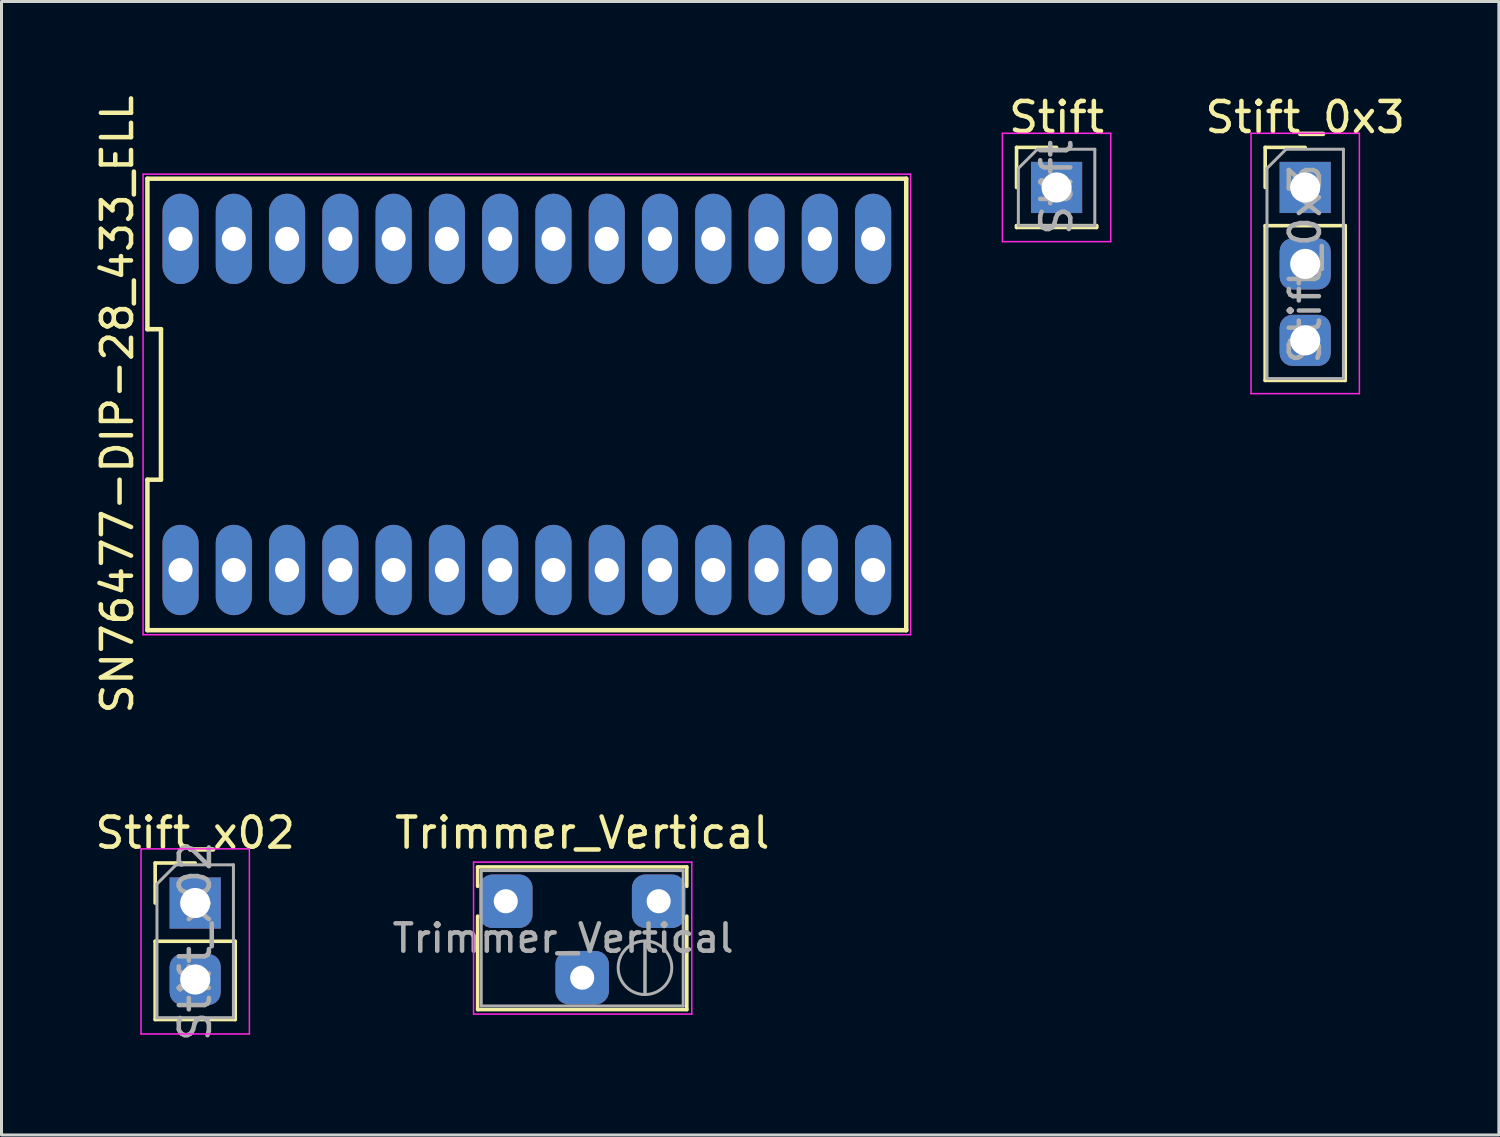
<source format=kicad_pcb>
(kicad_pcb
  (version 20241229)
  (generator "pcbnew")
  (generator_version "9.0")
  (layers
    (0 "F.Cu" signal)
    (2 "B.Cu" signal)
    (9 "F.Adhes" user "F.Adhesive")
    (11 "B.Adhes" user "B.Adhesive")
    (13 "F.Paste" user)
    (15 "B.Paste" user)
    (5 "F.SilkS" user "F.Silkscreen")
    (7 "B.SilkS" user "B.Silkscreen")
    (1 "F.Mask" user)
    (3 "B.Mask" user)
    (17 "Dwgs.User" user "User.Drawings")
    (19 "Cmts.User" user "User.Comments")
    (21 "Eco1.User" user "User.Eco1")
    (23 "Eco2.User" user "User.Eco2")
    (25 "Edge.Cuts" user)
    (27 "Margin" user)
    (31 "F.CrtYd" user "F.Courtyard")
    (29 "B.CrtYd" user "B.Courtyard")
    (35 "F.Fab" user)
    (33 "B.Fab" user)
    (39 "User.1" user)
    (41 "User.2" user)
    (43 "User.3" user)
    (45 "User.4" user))
  (footprint "SN76477-DIP-28_433_ELL"
    (layer "F.Cu")
    (at 14.453 10.387)
    (property "Reference" "SN76477-DIP-28_433_ELL" (at -13.605 0 90) (layer "F.SilkS") (effects (font (size 1 1) (thickness 0.15))))
    (attr through_hole)
    (fp_line (start -12.605 -7.5) (end -12.605 -2.5) (stroke (width 0.15) (type solid)) (layer "F.SilkS"))
    (fp_line (start -12.605 -2.5) (end -12.155 -2.5) (stroke (width 0.15) (type solid)) (layer "F.SilkS"))
    (fp_line (start -12.605 2.5) (end -12.605 7.5) (stroke (width 0.15) (type solid)) (layer "F.SilkS"))
    (fp_line (start -12.605 7.5) (end 12.605 7.5) (stroke (width 0.15) (type solid)) (layer "F.SilkS"))
    (fp_line (start -12.155 -2.5) (end -12.155 2.5) (stroke (width 0.15) (type solid)) (layer "F.SilkS"))
    (fp_line (start -12.155 2.5) (end -12.605 2.5) (stroke (width 0.15) (type solid)) (layer "F.SilkS"))
    (fp_line (start 12.605 -7.5) (end -12.605 -7.5) (stroke (width 0.15) (type solid)) (layer "F.SilkS"))
    (fp_line (start 12.605 7.5) (end 12.605 -7.5) (stroke (width 0.15) (type solid)) (layer "F.SilkS"))
    (fp_line (start -12.75 -7.65) (end 12.75 -7.65) (stroke (width 0.05) (type solid)) (layer "F.CrtYd"))
    (fp_line (start -12.75 7.65) (end -12.75 -7.65) (stroke (width 0.05) (type solid)) (layer "F.CrtYd"))
    (fp_line (start 12.75 -7.65) (end 12.75 7.65) (stroke (width 0.05) (type solid)) (layer "F.CrtYd"))
    (fp_line (start 12.75 7.65) (end -12.75 7.65) (stroke (width 0.05) (type solid)) (layer "F.CrtYd"))
    (pad "1" thru_hole oval (at -11.505 5.5) (size 1.2 3) (drill 0.8) (layers "*.Cu" "*.Mask"))
    (pad "2" thru_hole oval (at -9.735 5.5) (size 1.2 3) (drill 0.8) (layers "*.Cu" "*.Mask"))
    (pad "3" thru_hole oval (at -7.965 5.5) (size 1.2 3) (drill 0.8) (layers "*.Cu" "*.Mask"))
    (pad "4" thru_hole oval (at -6.195 5.5) (size 1.2 3) (drill 0.8) (layers "*.Cu" "*.Mask"))
    (pad "5" thru_hole oval (at -4.425 5.5) (size 1.2 3) (drill 0.8) (layers "*.Cu" "*.Mask"))
    (pad "6" thru_hole oval (at -2.655 5.5) (size 1.2 3) (drill 0.8) (layers "*.Cu" "*.Mask"))
    (pad "7" thru_hole oval (at -0.885 5.5) (size 1.2 3) (drill 0.8) (layers "*.Cu" "*.Mask"))
    (pad "8" thru_hole oval (at 0.885 5.5) (size 1.2 3) (drill 0.8) (layers "*.Cu" "*.Mask"))
    (pad "9" thru_hole oval (at 2.655 5.5) (size 1.2 3) (drill 0.8) (layers "*.Cu" "*.Mask"))
    (pad "10" thru_hole oval (at 4.425 5.5) (size 1.2 3) (drill 0.8) (layers "*.Cu" "*.Mask"))
    (pad "11" thru_hole oval (at 6.195 5.5) (size 1.2 3) (drill 0.8) (layers "*.Cu" "*.Mask"))
    (pad "12" thru_hole oval (at 7.965 5.5) (size 1.2 3) (drill 0.8) (layers "*.Cu" "*.Mask"))
    (pad "13" thru_hole oval (at 9.735 5.5) (size 1.2 3) (drill 0.8) (layers "*.Cu" "*.Mask"))
    (pad "14" thru_hole oval (at 11.505 5.5) (size 1.2 3) (drill 0.8) (layers "*.Cu" "*.Mask"))
    (pad "15" thru_hole oval (at 11.505 -5.5) (size 1.2 3) (drill 0.8) (layers "*.Cu" "*.Mask"))
    (pad "16" thru_hole oval (at 9.735 -5.5) (size 1.2 3) (drill 0.8) (layers "*.Cu" "*.Mask"))
    (pad "17" thru_hole oval (at 7.965 -5.5) (size 1.2 3) (drill 0.8) (layers "*.Cu" "*.Mask"))
    (pad "18" thru_hole oval (at 6.195 -5.5) (size 1.2 3) (drill 0.8) (layers "*.Cu" "*.Mask"))
    (pad "19" thru_hole oval (at 4.425 -5.5) (size 1.2 3) (drill 0.8) (layers "*.Cu" "*.Mask"))
    (pad "20" thru_hole oval (at 2.655 -5.5) (size 1.2 3) (drill 0.8) (layers "*.Cu" "*.Mask"))
    (pad "21" thru_hole oval (at 0.885 -5.5) (size 1.2 3) (drill 0.8) (layers "*.Cu" "*.Mask"))
    (pad "22" thru_hole oval (at -0.885 -5.5) (size 1.2 3) (drill 0.8) (layers "*.Cu" "*.Mask"))
    (pad "23" thru_hole oval (at -2.655 -5.5) (size 1.2 3) (drill 0.8) (layers "*.Cu" "*.Mask"))
    (pad "24" thru_hole oval (at -4.425 -5.5) (size 1.2 3) (drill 0.8) (layers "*.Cu" "*.Mask"))
    (pad "25" thru_hole oval (at -6.195 -5.5) (size 1.2 3) (drill 0.8) (layers "*.Cu" "*.Mask"))
    (pad "26" thru_hole oval (at -7.965 -5.5) (size 1.2 3) (drill 0.8) (layers "*.Cu" "*.Mask"))
    (pad "27" thru_hole oval (at -9.735 -5.5) (size 1.2 3) (drill 0.8) (layers "*.Cu" "*.Mask"))
    (pad "28" thru_hole oval (at -11.505 -5.5) (size 1.2 3) (drill 0.8) (layers "*.Cu" "*.Mask")))
  (footprint "Trimmer_Vertical"
    (layer "F.Cu")
    (at 18.833 26.892)
    (property "Reference" "Trimmer_Vertical" (at -2.54 -2.27 0) (layer "F.SilkS") (effects (font (size 1 1) (thickness 0.15))))
    (attr through_hole)
    (fp_line (start -6.015 -1.14) (end -6.015 -0.495) (stroke (width 0.12) (type solid)) (layer "F.SilkS"))
    (fp_line (start -6.015 -1.14) (end 0.935 -1.14) (stroke (width 0.12) (type solid)) (layer "F.SilkS"))
    (fp_line (start -6.015 0.495) (end -6.015 3.6) (stroke (width 0.12) (type solid)) (layer "F.SilkS"))
    (fp_line (start -6.015 3.6) (end 0.935 3.6) (stroke (width 0.12) (type solid)) (layer "F.SilkS"))
    (fp_line (start 0.935 -1.14) (end 0.935 -0.495) (stroke (width 0.12) (type solid)) (layer "F.SilkS"))
    (fp_line (start 0.935 0.495) (end 0.935 3.6) (stroke (width 0.12) (type solid)) (layer "F.SilkS"))
    (fp_line (start -6.15 -1.3) (end -6.15 3.75) (stroke (width 0.05) (type solid)) (layer "F.CrtYd"))
    (fp_line (start -6.15 3.75) (end 1.1 3.75) (stroke (width 0.05) (type solid)) (layer "F.CrtYd"))
    (fp_line (start 1.1 -1.3) (end -6.15 -1.3) (stroke (width 0.05) (type solid)) (layer "F.CrtYd"))
    (fp_line (start 1.1 3.75) (end 1.1 -1.3) (stroke (width 0.05) (type solid)) (layer "F.CrtYd"))
    (fp_line (start -5.895 -1.02) (end -5.895 3.48) (stroke (width 0.1) (type solid)) (layer "F.Fab"))
    (fp_line (start -5.895 3.48) (end 0.815 3.48) (stroke (width 0.1) (type solid)) (layer "F.Fab"))
    (fp_line (start -0.455 3.092) (end -0.454 1.329) (stroke (width 0.1) (type solid)) (layer "F.Fab"))
    (fp_line (start -0.455 3.092) (end -0.454 1.329) (stroke (width 0.1) (type solid)) (layer "F.Fab"))
    (fp_line (start 0.815 -1.02) (end -5.895 -1.02) (stroke (width 0.1) (type solid)) (layer "F.Fab"))
    (fp_line (start 0.815 3.48) (end 0.815 -1.02) (stroke (width 0.1) (type solid)) (layer "F.Fab"))
    (fp_circle (center -0.455 2.21) (end 0.435 2.21) (stroke (width 0.1) (type solid)) (fill no) (layer "F.Fab"))
    (fp_text user "${REFERENCE}" (at -3.175 1.23 0) (layer "F.Fab") (effects (font (size 0.91 0.91) (thickness 0.15))))
    (pad "1" thru_hole roundrect (at 0 0) (size 1.778 1.778) (drill 0.8) (layers "*.Cu" "*.Mask") (roundrect_rratio 0.25))
    (pad "2" thru_hole roundrect (at -2.54 2.54) (size 1.778 1.778) (drill 0.8) (layers "*.Cu" "*.Mask") (roundrect_rratio 0.25))
    (pad "3" thru_hole roundrect (at -5.08 0) (size 1.778 1.778) (drill 0.8) (layers "*.Cu" "*.Mask") (roundrect_rratio 0.25)))
  (footprint "Stift_x02"
    (layer "F.Cu")
    (at 3.435 26.952)
    (property "Reference" "Stift_x02" (at 0 -2.33 0) (layer "F.SilkS") (effects (font (size 1 1) (thickness 0.15))))
    (attr through_hole)
    (fp_line (start -1.33 -1.33) (end 0 -1.33) (stroke (width 0.12) (type solid)) (layer "F.SilkS"))
    (fp_line (start -1.33 0) (end -1.33 -1.33) (stroke (width 0.12) (type solid)) (layer "F.SilkS"))
    (fp_line (start -1.33 1.27) (end -1.33 3.87) (stroke (width 0.12) (type solid)) (layer "F.SilkS"))
    (fp_line (start -1.33 1.27) (end 1.33 1.27) (stroke (width 0.12) (type solid)) (layer "F.SilkS"))
    (fp_line (start -1.33 3.87) (end 1.33 3.87) (stroke (width 0.12) (type solid)) (layer "F.SilkS"))
    (fp_line (start 1.33 1.27) (end 1.33 3.87) (stroke (width 0.12) (type solid)) (layer "F.SilkS"))
    (fp_line (start -1.8 -1.8) (end -1.8 4.35) (stroke (width 0.05) (type solid)) (layer "F.CrtYd"))
    (fp_line (start -1.8 4.35) (end 1.8 4.35) (stroke (width 0.05) (type solid)) (layer "F.CrtYd"))
    (fp_line (start 1.8 -1.8) (end -1.8 -1.8) (stroke (width 0.05) (type solid)) (layer "F.CrtYd"))
    (fp_line (start 1.8 4.35) (end 1.8 -1.8) (stroke (width 0.05) (type solid)) (layer "F.CrtYd"))
    (fp_line (start -1.27 -0.635) (end -0.635 -1.27) (stroke (width 0.1) (type solid)) (layer "F.Fab"))
    (fp_line (start -1.27 3.81) (end -1.27 -0.635) (stroke (width 0.1) (type solid)) (layer "F.Fab"))
    (fp_line (start -0.635 -1.27) (end 1.27 -1.27) (stroke (width 0.1) (type solid)) (layer "F.Fab"))
    (fp_line (start 1.27 -1.27) (end 1.27 3.81) (stroke (width 0.1) (type solid)) (layer "F.Fab"))
    (fp_line (start 1.27 3.81) (end -1.27 3.81) (stroke (width 0.1) (type solid)) (layer "F.Fab"))
    (fp_text user "${REFERENCE}" (at 0 1.27 90) (layer "F.Fab") (effects (font (size 1 1) (thickness 0.15))))
    (pad "1" thru_hole rect (at 0 0) (size 1.7 1.7) (drill 1) (layers "*.Cu" "*.Mask"))
    (pad "2" thru_hole roundrect (at 0 2.54) (size 1.7 1.7) (drill 1) (layers "*.Cu" "*.Mask") (roundrect_rratio 0.25)))
  (footprint "Stift_0x3"
    (layer "F.Cu")
    (at 40.313 3.178)
    (property "Reference" "Stift_0x3" (at 0 -2.33 0) (layer "F.SilkS") (effects (font (size 1 1) (thickness 0.15))))
    (attr through_hole)
    (fp_line (start -1.33 -1.33) (end 0 -1.33) (stroke (width 0.12) (type solid)) (layer "F.SilkS"))
    (fp_line (start -1.33 0) (end -1.33 -1.33) (stroke (width 0.12) (type solid)) (layer "F.SilkS"))
    (fp_line (start -1.33 1.27) (end -1.33 6.41) (stroke (width 0.12) (type solid)) (layer "F.SilkS"))
    (fp_line (start -1.33 1.27) (end 1.33 1.27) (stroke (width 0.12) (type solid)) (layer "F.SilkS"))
    (fp_line (start -1.33 6.41) (end 1.33 6.41) (stroke (width 0.12) (type solid)) (layer "F.SilkS"))
    (fp_line (start 1.33 1.27) (end 1.33 6.41) (stroke (width 0.12) (type solid)) (layer "F.SilkS"))
    (fp_line (start -1.8 -1.8) (end -1.8 6.85) (stroke (width 0.05) (type solid)) (layer "F.CrtYd"))
    (fp_line (start -1.8 6.85) (end 1.8 6.85) (stroke (width 0.05) (type solid)) (layer "F.CrtYd"))
    (fp_line (start 1.8 -1.8) (end -1.8 -1.8) (stroke (width 0.05) (type solid)) (layer "F.CrtYd"))
    (fp_line (start 1.8 6.85) (end 1.8 -1.8) (stroke (width 0.05) (type solid)) (layer "F.CrtYd"))
    (fp_line (start -1.27 -0.635) (end -0.635 -1.27) (stroke (width 0.1) (type solid)) (layer "F.Fab"))
    (fp_line (start -1.27 6.35) (end -1.27 -0.635) (stroke (width 0.1) (type solid)) (layer "F.Fab"))
    (fp_line (start -0.635 -1.27) (end 1.27 -1.27) (stroke (width 0.1) (type solid)) (layer "F.Fab"))
    (fp_line (start 1.27 -1.27) (end 1.27 6.35) (stroke (width 0.1) (type solid)) (layer "F.Fab"))
    (fp_line (start 1.27 6.35) (end -1.27 6.35) (stroke (width 0.1) (type solid)) (layer "F.Fab"))
    (fp_text user "${REFERENCE}" (at 0 2.54 90) (layer "F.Fab") (effects (font (size 1 1) (thickness 0.15))))
    (pad "1" thru_hole rect (at 0 0) (size 1.7 1.7) (drill 1) (layers "*.Cu" "*.Mask"))
    (pad "2" thru_hole roundrect (at 0 2.54) (size 1.7 1.7) (drill 1) (layers "*.Cu" "*.Mask") (roundrect_rratio 0.25))
    (pad "3" thru_hole roundrect (at 0 5.08) (size 1.7 1.7) (drill 1) (layers "*.Cu" "*.Mask") (roundrect_rratio 0.25)))
  (footprint "Stift"
    (layer "F.Cu")
    (at 32.053 3.178)
    (property "Reference" "Stift" (at 0 -2.33 0) (layer "F.SilkS") (effects (font (size 1 1) (thickness 0.15))))
    (attr through_hole)
    (fp_line (start -1.33 -1.33) (end 0 -1.33) (stroke (width 0.12) (type solid)) (layer "F.SilkS"))
    (fp_line (start -1.33 0) (end -1.33 -1.33) (stroke (width 0.12) (type solid)) (layer "F.SilkS"))
    (fp_line (start -1.33 1.27) (end -1.33 1.33) (stroke (width 0.12) (type solid)) (layer "F.SilkS"))
    (fp_line (start -1.33 1.27) (end 1.33 1.27) (stroke (width 0.12) (type solid)) (layer "F.SilkS"))
    (fp_line (start -1.33 1.33) (end 1.33 1.33) (stroke (width 0.12) (type solid)) (layer "F.SilkS"))
    (fp_line (start 1.33 1.27) (end 1.33 1.33) (stroke (width 0.12) (type solid)) (layer "F.SilkS"))
    (fp_line (start -1.8 -1.8) (end -1.8 1.8) (stroke (width 0.05) (type solid)) (layer "F.CrtYd"))
    (fp_line (start -1.8 1.8) (end 1.8 1.8) (stroke (width 0.05) (type solid)) (layer "F.CrtYd"))
    (fp_line (start 1.8 -1.8) (end -1.8 -1.8) (stroke (width 0.05) (type solid)) (layer "F.CrtYd"))
    (fp_line (start 1.8 1.8) (end 1.8 -1.8) (stroke (width 0.05) (type solid)) (layer "F.CrtYd"))
    (fp_line (start -1.27 -0.635) (end -0.635 -1.27) (stroke (width 0.1) (type solid)) (layer "F.Fab"))
    (fp_line (start -1.27 1.27) (end -1.27 -0.635) (stroke (width 0.1) (type solid)) (layer "F.Fab"))
    (fp_line (start -0.635 -1.27) (end 1.27 -1.27) (stroke (width 0.1) (type solid)) (layer "F.Fab"))
    (fp_line (start 1.27 -1.27) (end 1.27 1.27) (stroke (width 0.1) (type solid)) (layer "F.Fab"))
    (fp_line (start 1.27 1.27) (end -1.27 1.27) (stroke (width 0.1) (type solid)) (layer "F.Fab"))
    (fp_text user "${REFERENCE}" (at 0 0 90) (layer "F.Fab") (effects (font (size 1 1) (thickness 0.15))))
    (pad "1" thru_hole rect (at 0 0) (size 1.7 1.7) (drill 1) (layers "*.Cu" "*.Mask")))
  (gr_rect
    (start -3 -3)
    (end 46.747 34.657)
    (stroke (width 0.1) (type default))
    (fill no)
    (layer "Edge.Cuts")))
</source>
